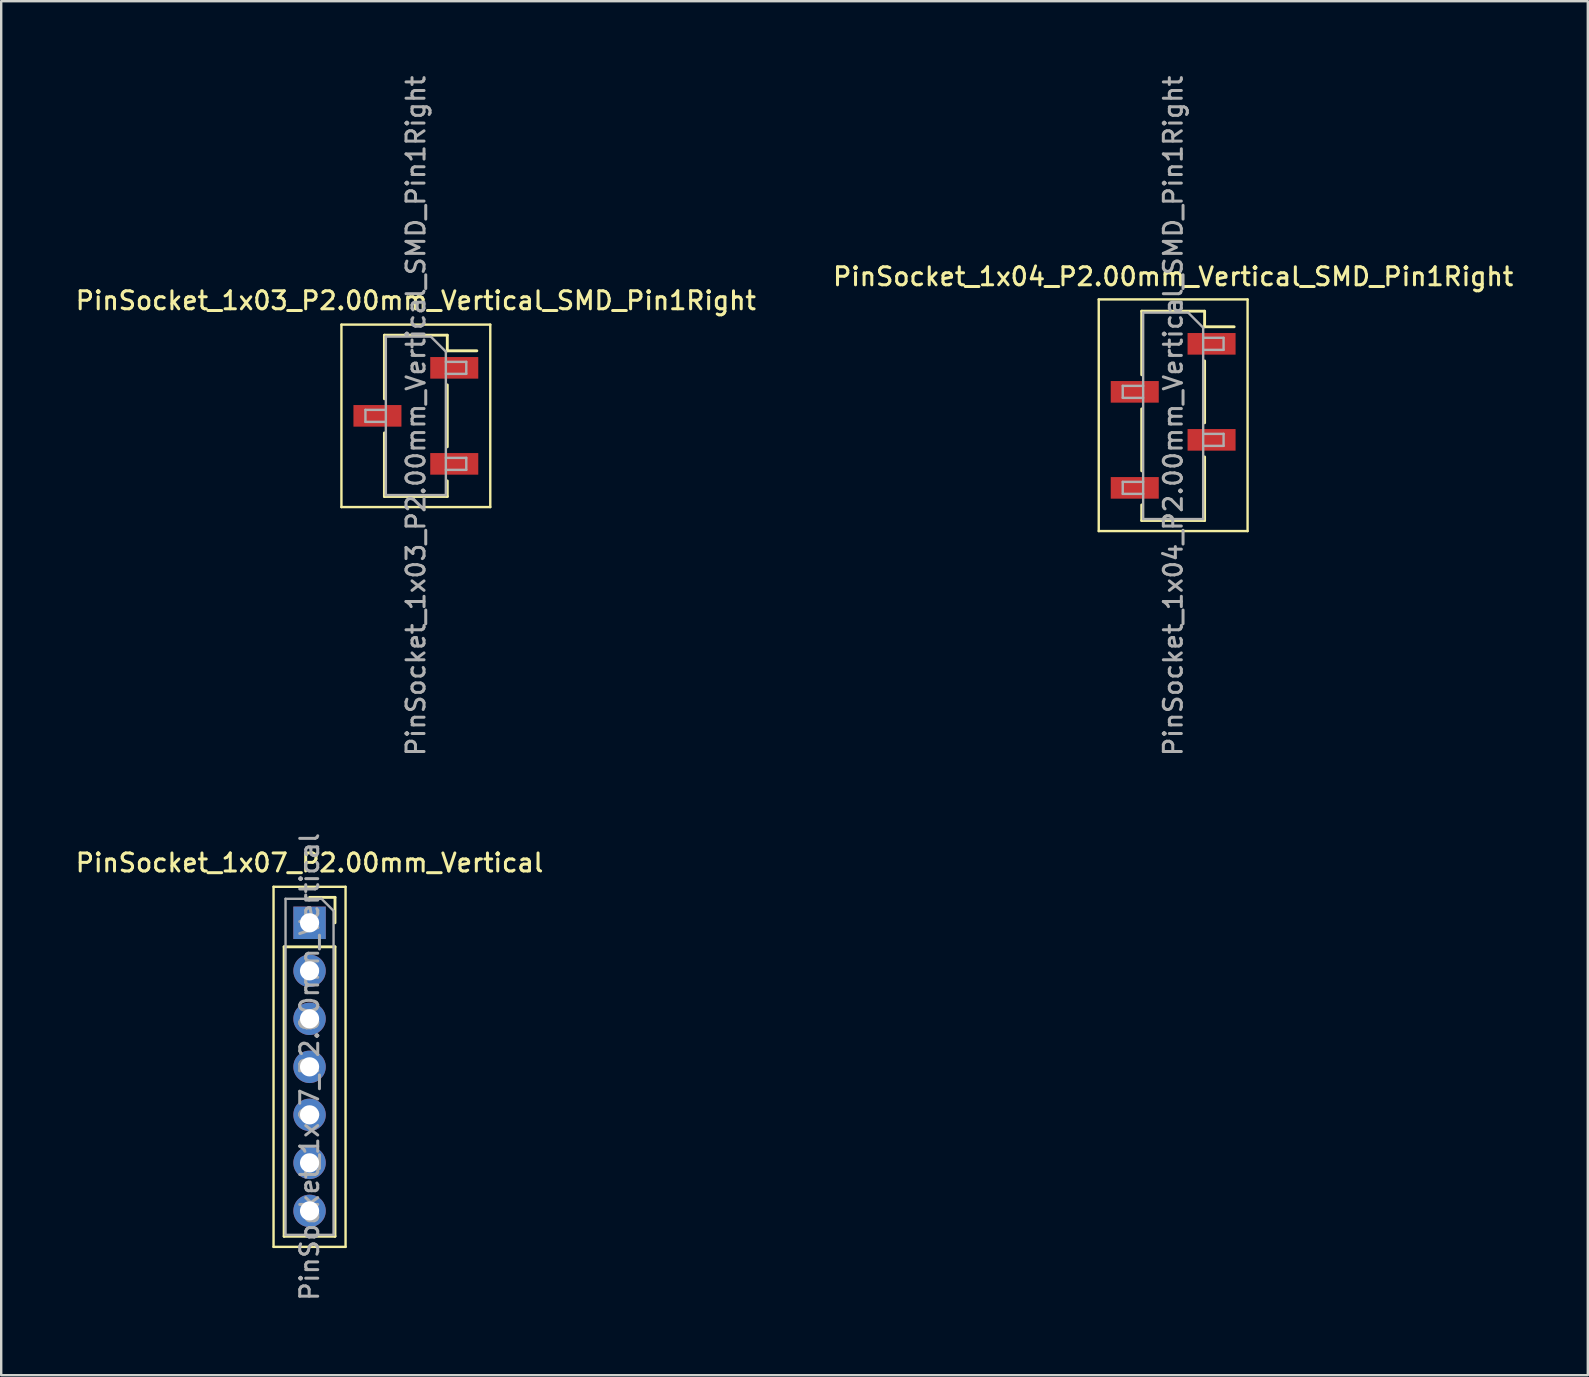
<source format=kicad_pcb>
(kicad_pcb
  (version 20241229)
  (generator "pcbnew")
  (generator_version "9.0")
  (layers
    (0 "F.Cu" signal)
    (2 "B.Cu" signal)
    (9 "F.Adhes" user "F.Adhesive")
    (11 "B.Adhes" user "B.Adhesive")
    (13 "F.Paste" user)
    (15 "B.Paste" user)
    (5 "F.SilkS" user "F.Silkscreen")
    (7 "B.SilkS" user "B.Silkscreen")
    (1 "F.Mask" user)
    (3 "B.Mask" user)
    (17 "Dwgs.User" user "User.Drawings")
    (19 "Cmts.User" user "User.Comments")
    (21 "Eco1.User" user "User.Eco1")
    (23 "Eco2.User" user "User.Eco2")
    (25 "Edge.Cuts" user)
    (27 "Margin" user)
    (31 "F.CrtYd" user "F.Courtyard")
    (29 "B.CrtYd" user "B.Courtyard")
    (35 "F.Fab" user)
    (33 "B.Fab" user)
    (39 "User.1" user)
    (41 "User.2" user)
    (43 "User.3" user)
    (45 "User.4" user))
  (footprint "PinSocket_1x07_P2.00mm_Vertical"
    (layer "F.Cu")
    (at 9.845 35.391)
    (property "Reference" "PinSocket_1x07_P2.00mm_Vertical" (at 0 -2.5 0) (layer "F.SilkS") (effects (font (size 0.75 0.75) (thickness 0.125))))
    (attr through_hole)
    (fp_line (start -1.5 -1.5) (end 1.5 -1.5) (stroke (width 0.1) (type solid)) (layer "F.SilkS"))
    (fp_line (start -1.5 13.5) (end -1.5 -1.5) (stroke (width 0.1) (type solid)) (layer "F.SilkS"))
    (fp_line (start -1.06 1) (end -1.06 13.06) (stroke (width 0.12) (type solid)) (layer "F.SilkS"))
    (fp_line (start -1.06 1) (end 1.06 1) (stroke (width 0.12) (type solid)) (layer "F.SilkS"))
    (fp_line (start -1.06 13.06) (end 1.06 13.06) (stroke (width 0.12) (type solid)) (layer "F.SilkS"))
    (fp_line (start 0 -1.06) (end 1.06 -1.06) (stroke (width 0.12) (type solid)) (layer "F.SilkS"))
    (fp_line (start 1.06 -1.06) (end 1.06 0) (stroke (width 0.12) (type solid)) (layer "F.SilkS"))
    (fp_line (start 1.06 1) (end 1.06 13.06) (stroke (width 0.12) (type solid)) (layer "F.SilkS"))
    (fp_line (start 1.5 -1.5) (end 1.5 13.5) (stroke (width 0.1) (type solid)) (layer "F.SilkS"))
    (fp_line (start 1.5 13.5) (end -1.5 13.5) (stroke (width 0.1) (type solid)) (layer "F.SilkS"))
    (fp_line (start -1 -1) (end 0.5 -1) (stroke (width 0.1) (type solid)) (layer "F.Fab"))
    (fp_line (start -1 13) (end -1 -1) (stroke (width 0.1) (type solid)) (layer "F.Fab"))
    (fp_line (start 0.5 -1) (end 1 -0.5) (stroke (width 0.1) (type solid)) (layer "F.Fab"))
    (fp_line (start 1 -0.5) (end 1 13) (stroke (width 0.1) (type solid)) (layer "F.Fab"))
    (fp_line (start 1 13) (end -1 13) (stroke (width 0.1) (type solid)) (layer "F.Fab"))
    (fp_text user "${REFERENCE}" (at 0 6 90) (layer "F.Fab") (effects (font (size 0.75 0.75) (thickness 0.125))))
    (pad "1" thru_hole rect (at 0 0) (size 1.35 1.35) (drill 0.8) (layers "*.Cu" "*.Mask"))
    (pad "2" thru_hole oval (at 0 2) (size 1.35 1.35) (drill 0.8) (layers "*.Cu" "*.Mask"))
    (pad "3" thru_hole oval (at 0 4) (size 1.35 1.35) (drill 0.8) (layers "*.Cu" "*.Mask"))
    (pad "4" thru_hole oval (at 0 6) (size 1.35 1.35) (drill 0.8) (layers "*.Cu" "*.Mask"))
    (pad "5" thru_hole oval (at 0 8) (size 1.35 1.35) (drill 0.8) (layers "*.Cu" "*.Mask"))
    (pad "6" thru_hole oval (at 0 10) (size 1.35 1.35) (drill 0.8) (layers "*.Cu" "*.Mask"))
    (pad "7" thru_hole oval (at 0 12) (size 1.35 1.35) (drill 0.8) (layers "*.Cu" "*.Mask")))
  (footprint "PinSocket_1x03_P2.00mm_Vertical_SMD_Pin1Right"
    (layer "F.Cu")
    (at 14.273 14.273)
    (property "Reference" "PinSocket_1x03_P2.00mm_Vertical_SMD_Pin1Right" (at 0 -4.8 0) (layer "F.SilkS") (effects (font (size 0.75 0.75) (thickness 0.125))))
    (attr smd)
    (fp_line (start -3.1 -3.8) (end 3.1 -3.8) (stroke (width 0.1) (type solid)) (layer "F.SilkS"))
    (fp_line (start -3.1 3.8) (end -3.1 -3.8) (stroke (width 0.1) (type solid)) (layer "F.SilkS"))
    (fp_line (start -1.31 -3.36) (end -1.31 -0.71) (stroke (width 0.12) (type solid)) (layer "F.SilkS"))
    (fp_line (start -1.31 -3.36) (end 1.31 -3.36) (stroke (width 0.12) (type solid)) (layer "F.SilkS"))
    (fp_line (start -1.31 0.71) (end -1.31 3.36) (stroke (width 0.12) (type solid)) (layer "F.SilkS"))
    (fp_line (start -1.31 3.36) (end 1.31 3.36) (stroke (width 0.12) (type solid)) (layer "F.SilkS"))
    (fp_line (start 1.31 -3.36) (end 1.31 -2.71) (stroke (width 0.12) (type solid)) (layer "F.SilkS"))
    (fp_line (start 1.31 -2.71) (end 2.54 -2.71) (stroke (width 0.12) (type solid)) (layer "F.SilkS"))
    (fp_line (start 1.31 -1.29) (end 1.31 1.29) (stroke (width 0.12) (type solid)) (layer "F.SilkS"))
    (fp_line (start 1.31 2.71) (end 1.31 3.36) (stroke (width 0.12) (type solid)) (layer "F.SilkS"))
    (fp_line (start 3.1 -3.8) (end 3.1 3.8) (stroke (width 0.1) (type solid)) (layer "F.SilkS"))
    (fp_line (start 3.1 3.8) (end -3.1 3.8) (stroke (width 0.1) (type solid)) (layer "F.SilkS"))
    (fp_line (start -2.1 -0.25) (end -1.25 -0.25) (stroke (width 0.1) (type solid)) (layer "F.Fab"))
    (fp_line (start -2.1 0.25) (end -2.1 -0.25) (stroke (width 0.1) (type solid)) (layer "F.Fab"))
    (fp_line (start -1.25 -3.3) (end 0.625 -3.3) (stroke (width 0.1) (type solid)) (layer "F.Fab"))
    (fp_line (start -1.25 0.25) (end -2.1 0.25) (stroke (width 0.1) (type solid)) (layer "F.Fab"))
    (fp_line (start -1.25 3.3) (end -1.25 -3.3) (stroke (width 0.1) (type solid)) (layer "F.Fab"))
    (fp_line (start 0.625 -3.3) (end 1.25 -2.675) (stroke (width 0.1) (type solid)) (layer "F.Fab"))
    (fp_line (start 1.25 -2.675) (end 1.25 3.3) (stroke (width 0.1) (type solid)) (layer "F.Fab"))
    (fp_line (start 1.25 -2.25) (end 2.1 -2.25) (stroke (width 0.1) (type solid)) (layer "F.Fab"))
    (fp_line (start 1.25 1.75) (end 2.1 1.75) (stroke (width 0.1) (type solid)) (layer "F.Fab"))
    (fp_line (start 1.25 3.3) (end -1.25 3.3) (stroke (width 0.1) (type solid)) (layer "F.Fab"))
    (fp_line (start 2.1 -2.25) (end 2.1 -1.75) (stroke (width 0.1) (type solid)) (layer "F.Fab"))
    (fp_line (start 2.1 -1.75) (end 1.25 -1.75) (stroke (width 0.1) (type solid)) (layer "F.Fab"))
    (fp_line (start 2.1 1.75) (end 2.1 2.25) (stroke (width 0.1) (type solid)) (layer "F.Fab"))
    (fp_line (start 2.1 2.25) (end 1.25 2.25) (stroke (width 0.1) (type solid)) (layer "F.Fab"))
    (fp_text user "${REFERENCE}" (at 0 0 90) (layer "F.Fab") (effects (font (size 0.75 0.75) (thickness 0.125))))
    (pad "1" smd rect (at 1.6 -2) (size 2 0.9) (layers "F.Cu" "F.Mask" "F.Paste"))
    (pad "2" smd rect (at -1.6 0) (size 2 0.9) (layers "F.Cu" "F.Mask" "F.Paste"))
    (pad "3" smd rect (at 1.6 2) (size 2 0.9) (layers "F.Cu" "F.Mask" "F.Paste")))
  (footprint "PinSocket_1x04_P2.00mm_Vertical_SMD_Pin1Right"
    (layer "F.Cu")
    (at 45.82 14.273)
    (property "Reference" "PinSocket_1x04_P2.00mm_Vertical_SMD_Pin1Right" (at 0 -5.8 0) (layer "F.SilkS") (effects (font (size 0.75 0.75) (thickness 0.125))))
    (attr smd)
    (fp_line (start -3.1 -4.85) (end 3.1 -4.85) (stroke (width 0.1) (type solid)) (layer "F.SilkS"))
    (fp_line (start -3.1 4.8) (end -3.1 -4.85) (stroke (width 0.1) (type solid)) (layer "F.SilkS"))
    (fp_line (start -1.31 -4.36) (end -1.31 -1.71) (stroke (width 0.12) (type solid)) (layer "F.SilkS"))
    (fp_line (start -1.31 -4.36) (end 1.31 -4.36) (stroke (width 0.12) (type solid)) (layer "F.SilkS"))
    (fp_line (start -1.31 -0.29) (end -1.31 2.29) (stroke (width 0.12) (type solid)) (layer "F.SilkS"))
    (fp_line (start -1.31 3.71) (end -1.31 4.36) (stroke (width 0.12) (type solid)) (layer "F.SilkS"))
    (fp_line (start -1.31 4.36) (end 1.31 4.36) (stroke (width 0.12) (type solid)) (layer "F.SilkS"))
    (fp_line (start 1.31 -4.36) (end 1.31 -3.71) (stroke (width 0.12) (type solid)) (layer "F.SilkS"))
    (fp_line (start 1.31 -3.71) (end 2.54 -3.71) (stroke (width 0.12) (type solid)) (layer "F.SilkS"))
    (fp_line (start 1.31 -2.29) (end 1.31 0.29) (stroke (width 0.12) (type solid)) (layer "F.SilkS"))
    (fp_line (start 1.31 1.71) (end 1.31 4.36) (stroke (width 0.12) (type solid)) (layer "F.SilkS"))
    (fp_line (start 3.1 -4.85) (end 3.1 4.8) (stroke (width 0.1) (type solid)) (layer "F.SilkS"))
    (fp_line (start 3.1 4.8) (end -3.1 4.8) (stroke (width 0.1) (type solid)) (layer "F.SilkS"))
    (fp_line (start -2.1 -1.25) (end -1.25 -1.25) (stroke (width 0.1) (type solid)) (layer "F.Fab"))
    (fp_line (start -2.1 -0.75) (end -2.1 -1.25) (stroke (width 0.1) (type solid)) (layer "F.Fab"))
    (fp_line (start -2.1 2.75) (end -1.25 2.75) (stroke (width 0.1) (type solid)) (layer "F.Fab"))
    (fp_line (start -2.1 3.25) (end -2.1 2.75) (stroke (width 0.1) (type solid)) (layer "F.Fab"))
    (fp_line (start -1.25 -4.3) (end 0.625 -4.3) (stroke (width 0.1) (type solid)) (layer "F.Fab"))
    (fp_line (start -1.25 -0.75) (end -2.1 -0.75) (stroke (width 0.1) (type solid)) (layer "F.Fab"))
    (fp_line (start -1.25 3.25) (end -2.1 3.25) (stroke (width 0.1) (type solid)) (layer "F.Fab"))
    (fp_line (start -1.25 4.3) (end -1.25 -4.3) (stroke (width 0.1) (type solid)) (layer "F.Fab"))
    (fp_line (start 0.625 -4.3) (end 1.25 -3.675) (stroke (width 0.1) (type solid)) (layer "F.Fab"))
    (fp_line (start 1.25 -3.675) (end 1.25 4.3) (stroke (width 0.1) (type solid)) (layer "F.Fab"))
    (fp_line (start 1.25 -3.25) (end 2.1 -3.25) (stroke (width 0.1) (type solid)) (layer "F.Fab"))
    (fp_line (start 1.25 0.75) (end 2.1 0.75) (stroke (width 0.1) (type solid)) (layer "F.Fab"))
    (fp_line (start 1.25 4.3) (end -1.25 4.3) (stroke (width 0.1) (type solid)) (layer "F.Fab"))
    (fp_line (start 2.1 -3.25) (end 2.1 -2.75) (stroke (width 0.1) (type solid)) (layer "F.Fab"))
    (fp_line (start 2.1 -2.75) (end 1.25 -2.75) (stroke (width 0.1) (type solid)) (layer "F.Fab"))
    (fp_line (start 2.1 0.75) (end 2.1 1.25) (stroke (width 0.1) (type solid)) (layer "F.Fab"))
    (fp_line (start 2.1 1.25) (end 1.25 1.25) (stroke (width 0.1) (type solid)) (layer "F.Fab"))
    (fp_text user "${REFERENCE}" (at 0 0 90) (layer "F.Fab") (effects (font (size 0.75 0.75) (thickness 0.125))))
    (pad "1" smd rect (at 1.6 -3) (size 2 0.9) (layers "F.Cu" "F.Mask" "F.Paste"))
    (pad "2" smd rect (at -1.6 -1) (size 2 0.9) (layers "F.Cu" "F.Mask" "F.Paste"))
    (pad "3" smd rect (at 1.6 1) (size 2 0.9) (layers "F.Cu" "F.Mask" "F.Paste"))
    (pad "4" smd rect (at -1.6 3) (size 2 0.9) (layers "F.Cu" "F.Mask" "F.Paste")))
  (gr_rect
    (start -3 -3)
    (end 63.093 54.236)
    (stroke (width 0.1) (type default))
    (fill no)
    (layer "Edge.Cuts")))
</source>
